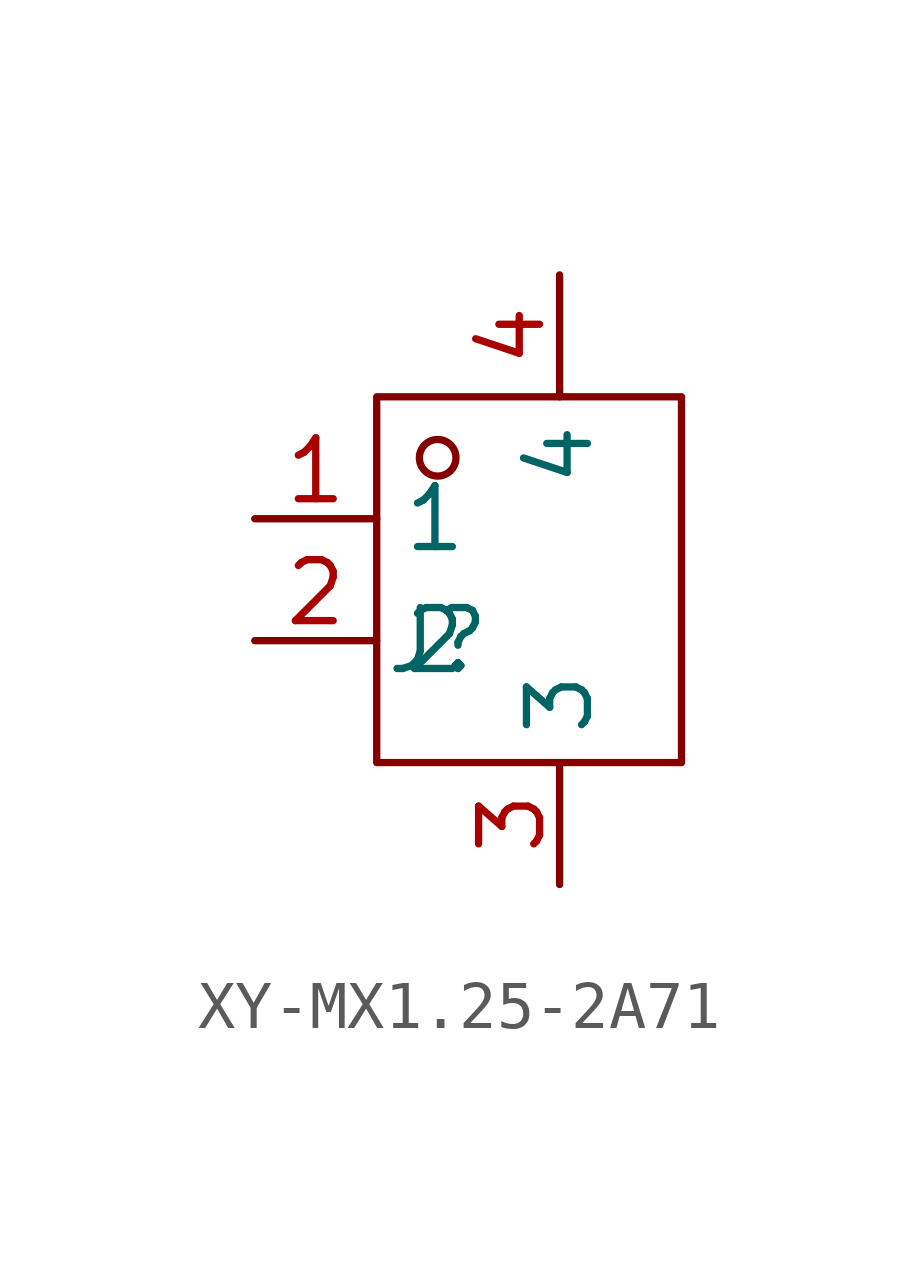
<source format=kicad_sym>
(kicad_symbol_lib
  (version 20231120)
  (generator "kicad_symbol_editor")
  (generator_version "8.0")
  (symbol "XY-MX1.25-2A71"
    (property "Reference" "J"
      (at 0 0 0)
      (effects (font (size 1.27 1.27))))
    (property "Value" ""
      (at 0 0 0)
      (effects (font (size 1.27 1.27))))
    (symbol "XY-MX1.25-2A71_1_0"
      (rectangle (start -1.27 -2.54) (end 5.08 5.08) (stroke (width 0) (type default)) (fill (type none)))
      (circle (center 0 3.81) (radius 0.381) (stroke (width 0) (type default)) (fill (type none)))
      (pin unspecified line (at -3.81 2.54 0) (length 2.54) (name "1" (effects (font (size 1.27 1.27)))) (number "1" (effects (font (size 1.27 1.27)))))
      (pin unspecified line (at -3.81 0 0) (length 2.54) (name "2" (effects (font (size 1.27 1.27)))) (number "2" (effects (font (size 1.27 1.27)))))
      (pin unspecified line (at 2.54 -5.08 90) (length 2.54) (name "3" (effects (font (size 1.27 1.27)))) (number "3" (effects (font (size 1.27 1.27)))))
      (pin unspecified line (at 2.54 7.62 270) (length 2.54) (name "4" (effects (font (size 1.27 1.27)))) (number "4" (effects (font (size 1.27 1.27))))))))
</source>
